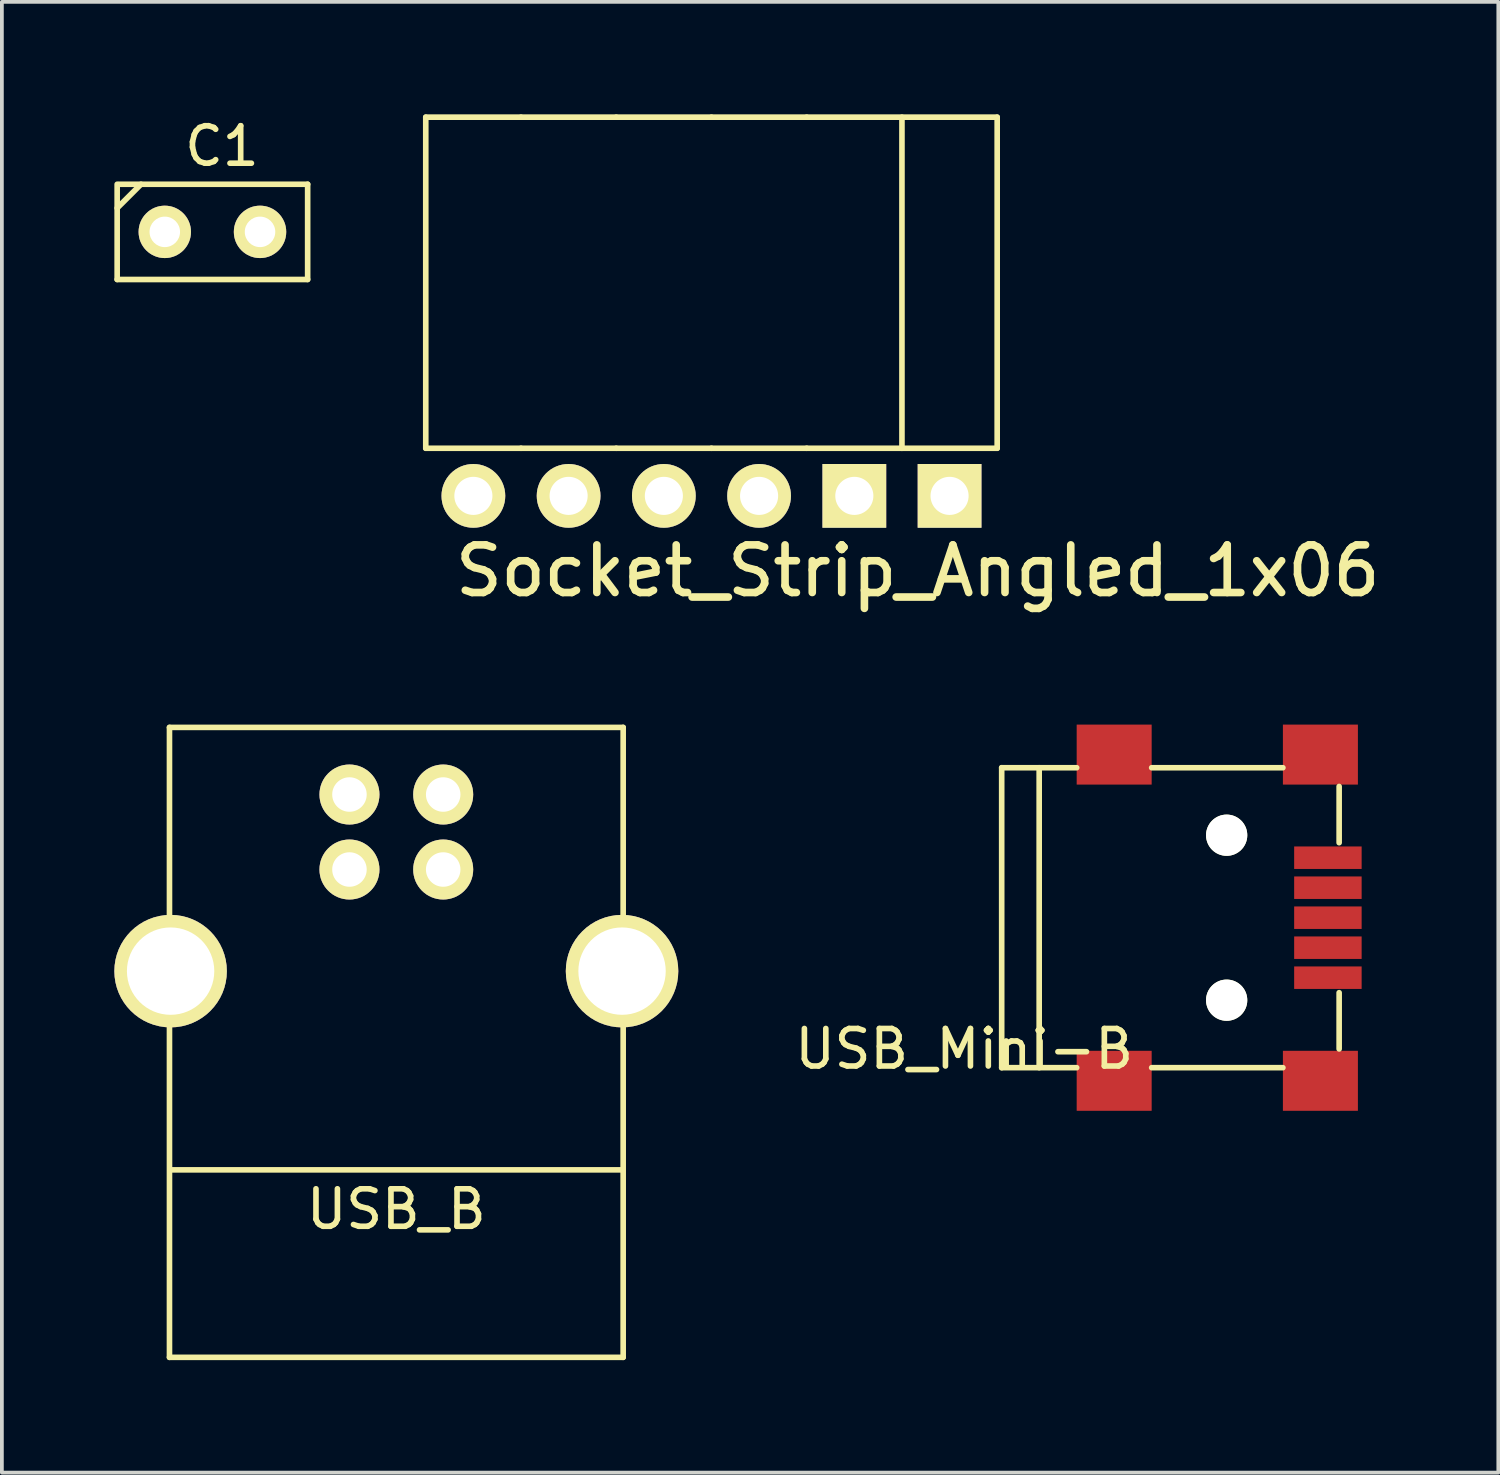
<source format=kicad_pcb>
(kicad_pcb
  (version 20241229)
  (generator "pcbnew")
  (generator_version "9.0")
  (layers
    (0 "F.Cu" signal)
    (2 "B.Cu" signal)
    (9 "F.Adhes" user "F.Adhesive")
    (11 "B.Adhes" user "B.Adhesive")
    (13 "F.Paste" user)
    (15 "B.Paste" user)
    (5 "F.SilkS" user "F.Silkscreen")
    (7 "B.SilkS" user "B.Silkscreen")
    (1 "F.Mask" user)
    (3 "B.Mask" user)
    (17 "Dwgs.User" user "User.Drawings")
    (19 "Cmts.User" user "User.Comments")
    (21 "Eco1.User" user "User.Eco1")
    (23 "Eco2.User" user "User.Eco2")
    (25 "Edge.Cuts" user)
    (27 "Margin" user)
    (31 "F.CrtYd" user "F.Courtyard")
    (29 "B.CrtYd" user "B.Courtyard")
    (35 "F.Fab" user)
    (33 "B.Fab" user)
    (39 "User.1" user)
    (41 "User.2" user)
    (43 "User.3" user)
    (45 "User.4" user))
  (footprint "Socket_Strip_Angled_1x06"
    (layer "F.Cu")
    (at 15.925 10.175)
    (property "Reference" "Socket_Strip_Angled_1x06" (at 5.5 2 0) (layer "F.SilkS") (effects (font (size 1.27 1.27) (thickness 0.203))))
    (attr through_hole)
    (fp_line (start -7.62 -10.1) (end -7.62 -1.27) (stroke (width 0.15) (type solid)) (layer "F.SilkS"))
    (fp_line (start -5.08 -10.1) (end -7.62 -10.1) (stroke (width 0.15) (type solid)) (layer "F.SilkS"))
    (fp_line (start -5.08 -1.27) (end -7.62 -1.27) (stroke (width 0.15) (type solid)) (layer "F.SilkS"))
    (fp_line (start -2.54 -10.1) (end -5.08 -10.1) (stroke (width 0.15) (type solid)) (layer "F.SilkS"))
    (fp_line (start -2.54 -1.27) (end -5.08 -1.27) (stroke (width 0.15) (type solid)) (layer "F.SilkS"))
    (fp_line (start 0 -10.1) (end -2.54 -10.1) (stroke (width 0.15) (type solid)) (layer "F.SilkS"))
    (fp_line (start 0 -1.27) (end -2.54 -1.27) (stroke (width 0.15) (type solid)) (layer "F.SilkS"))
    (fp_line (start 2.54 -10.1) (end 0 -10.1) (stroke (width 0.15) (type solid)) (layer "F.SilkS"))
    (fp_line (start 2.54 -1.27) (end 0 -1.27) (stroke (width 0.15) (type solid)) (layer "F.SilkS"))
    (fp_line (start 5.08 -10.1) (end 2.54 -10.1) (stroke (width 0.15) (type solid)) (layer "F.SilkS"))
    (fp_line (start 5.08 -1.27) (end 2.54 -1.27) (stroke (width 0.15) (type solid)) (layer "F.SilkS"))
    (fp_line (start 5.08 -1.27) (end 5.08 -10.033) (stroke (width 0.15) (type solid)) (layer "F.SilkS"))
    (fp_line (start 7.62 -10.1) (end 5.08 -10.1) (stroke (width 0.15) (type solid)) (layer "F.SilkS"))
    (fp_line (start 7.62 -1.27) (end 5.08 -1.27) (stroke (width 0.15) (type solid)) (layer "F.SilkS"))
    (fp_line (start 7.62 -1.27) (end 7.62 -10.1) (stroke (width 0.15) (type solid)) (layer "F.SilkS"))
    (pad "1" thru_hole rect (at 6.35 0) (size 1.7 1.7) (drill 1.016) (layers "*.Cu" "*.Mask" "F.SilkS"))
    (pad "2" thru_hole rect (at 3.81 0) (size 1.7 1.7) (drill 1.016) (layers "*.Cu" "*.Mask" "F.SilkS"))
    (pad "3" thru_hole circle (at 1.27 0) (size 1.7 1.7) (drill 1.016) (layers "*.Cu" "*.Mask" "F.SilkS"))
    (pad "4" thru_hole circle (at -1.27 0) (size 1.7 1.7) (drill 1.016) (layers "*.Cu" "*.Mask" "F.SilkS"))
    (pad "5" thru_hole circle (at -3.81 0) (size 1.7 1.7) (drill 1.016) (layers "*.Cu" "*.Mask" "F.SilkS"))
    (pad "6" thru_hole circle (at -6.35 0) (size 1.7 1.7) (drill 1.016) (layers "*.Cu" "*.Mask" "F.SilkS")))
  (footprint "USB_B"
    (layer "F.Cu")
    (at 7.52 22.85)
    (property "Reference" "USB_B" (at 0 6.35 0) (layer "F.SilkS") (effects (font (size 1 1) (thickness 0.15))))
    (attr through_hole)
    (fp_line (start -6.05 -6.5) (end -6.05 10.3) (stroke (width 0.15) (type solid)) (layer "F.SilkS"))
    (fp_line (start -6.05 10.3) (end 6.05 10.3) (stroke (width 0.15) (type solid)) (layer "F.SilkS"))
    (fp_line (start -6 5.3) (end 6 5.3) (stroke (width 0.15) (type solid)) (layer "F.SilkS"))
    (fp_line (start 6.05 -6.5) (end -6.05 -6.5) (stroke (width 0.15) (type solid)) (layer "F.SilkS"))
    (fp_line (start 6.05 10.3) (end 6.05 -6.5) (stroke (width 0.15) (type solid)) (layer "F.SilkS"))
    (pad "1" thru_hole circle (at 1.25 -4.71) (size 1.6 1.6) (drill 0.92) (layers "*.Cu" "*.Mask" "F.SilkS"))
    (pad "2" thru_hole circle (at -1.25 -4.71) (size 1.6 1.6) (drill 0.92) (layers "*.Cu" "*.Mask" "F.SilkS"))
    (pad "3" thru_hole circle (at -1.25 -2.71) (size 1.6 1.6) (drill 0.92) (layers "*.Cu" "*.Mask" "F.SilkS"))
    (pad "4" thru_hole circle (at 1.25 -2.71) (size 1.6 1.6) (drill 0.92) (layers "*.Cu" "*.Mask" "F.SilkS"))
    (pad "5" thru_hole circle (at 6.02 0) (size 3 3) (drill 2.33) (layers "*.Cu" "*.Mask" "F.SilkS"))
    (pad "6" thru_hole circle (at -6.02 0) (size 3 3) (drill 2.33) (layers "*.Cu" "*.Mask" "F.SilkS")))
  (footprint "C1"
    (layer "F.Cu")
    (at 2.615 3.134)
    (property "Reference" "C1" (at 0.254 -2.286 0) (layer "F.SilkS") (effects (font (size 1 1) (thickness 0.15))))
    (attr through_hole)
    (fp_line (start -2.54 -0.635) (end -1.905 -1.27) (stroke (width 0.15) (type solid)) (layer "F.SilkS"))
    (fp_line (start -2.54 1.27) (end -2.54 -1.27) (stroke (width 0.15) (type solid)) (layer "F.SilkS"))
    (fp_line (start -2.489 -1.27) (end 2.54 -1.27) (stroke (width 0.15) (type solid)) (layer "F.SilkS"))
    (fp_line (start 2.54 -1.27) (end 2.54 1.27) (stroke (width 0.15) (type solid)) (layer "F.SilkS"))
    (fp_line (start 2.54 1.27) (end -2.54 1.27) (stroke (width 0.15) (type solid)) (layer "F.SilkS"))
    (pad "1" thru_hole circle (at -1.27 0) (size 1.397 1.397) (drill 0.813) (layers "*.Cu" "*.Mask" "F.SilkS"))
    (pad "2" thru_hole circle (at 1.27 0) (size 1.397 1.397) (drill 0.813) (layers "*.Cu" "*.Mask" "F.SilkS")))
  (footprint "USB_Mini-B"
    (layer "F.Cu")
    (at 23.665 21.425)
    (property "Reference" "USB_Mini-B" (at -1 3.5 0) (layer "F.SilkS") (effects (font (size 1 1) (thickness 0.15))))
    (attr through_hole)
    (fp_line (start 0 -4) (end 0 4) (stroke (width 0.15) (type solid)) (layer "F.SilkS"))
    (fp_line (start 0 -4) (end 2 -4) (stroke (width 0.15) (type solid)) (layer "F.SilkS"))
    (fp_line (start 0 4) (end 2 4) (stroke (width 0.15) (type solid)) (layer "F.SilkS"))
    (fp_line (start 1 -4) (end 1 4) (stroke (width 0.15) (type solid)) (layer "F.SilkS"))
    (fp_line (start 4 -4) (end 7.5 -4) (stroke (width 0.15) (type solid)) (layer "F.SilkS"))
    (fp_line (start 4 4) (end 7.5 4) (stroke (width 0.15) (type solid)) (layer "F.SilkS"))
    (fp_line (start 9 -3.5) (end 9 -2) (stroke (width 0.15) (type solid)) (layer "F.SilkS"))
    (fp_line (start 9 2) (end 9 3.5) (stroke (width 0.15) (type solid)) (layer "F.SilkS"))
    (pad "" np_thru_hole circle (at 6 -2.2) (size 1.1 1.1) (drill 1.1) (layers "*.Cu" "*.Mask" "F.SilkS"))
    (pad "" np_thru_hole circle (at 6 2.2) (size 1.1 1.1) (drill 1.1) (layers "*.Cu" "*.Mask" "F.SilkS"))
    (pad "1" smd rect (at 8.7 -1.6) (size 1.8 0.6) (layers "F.Cu" "F.Mask" "F.Paste"))
    (pad "2" smd rect (at 8.7 -0.8) (size 1.8 0.6) (layers "F.Cu" "F.Mask" "F.Paste"))
    (pad "3" smd rect (at 8.7 0) (size 1.8 0.6) (layers "F.Cu" "F.Mask" "F.Paste"))
    (pad "4" smd rect (at 8.7 0.8) (size 1.8 0.6) (layers "F.Cu" "F.Mask" "F.Paste"))
    (pad "5" smd rect (at 8.7 1.6) (size 1.8 0.6) (layers "F.Cu" "F.Mask" "F.Paste"))
    (pad "6" smd rect (at 8.5 -4.35) (size 2 1.6) (layers "F.Cu" "F.Mask" "F.Paste"))
    (pad "7" smd rect (at 3 -4.35) (size 2 1.6) (layers "F.Cu" "F.Mask" "F.Paste"))
    (pad "8" smd rect (at 8.5 4.35) (size 2 1.6) (layers "F.Cu" "F.Mask" "F.Paste"))
    (pad "9" smd rect (at 3 4.35) (size 2 1.6) (layers "F.Cu" "F.Mask" "F.Paste")))
  (gr_rect
    (start -3 -3)
    (end 36.91 36.225)
    (stroke (width 0.1) (type default))
    (fill no)
    (layer "Edge.Cuts")))
</source>
